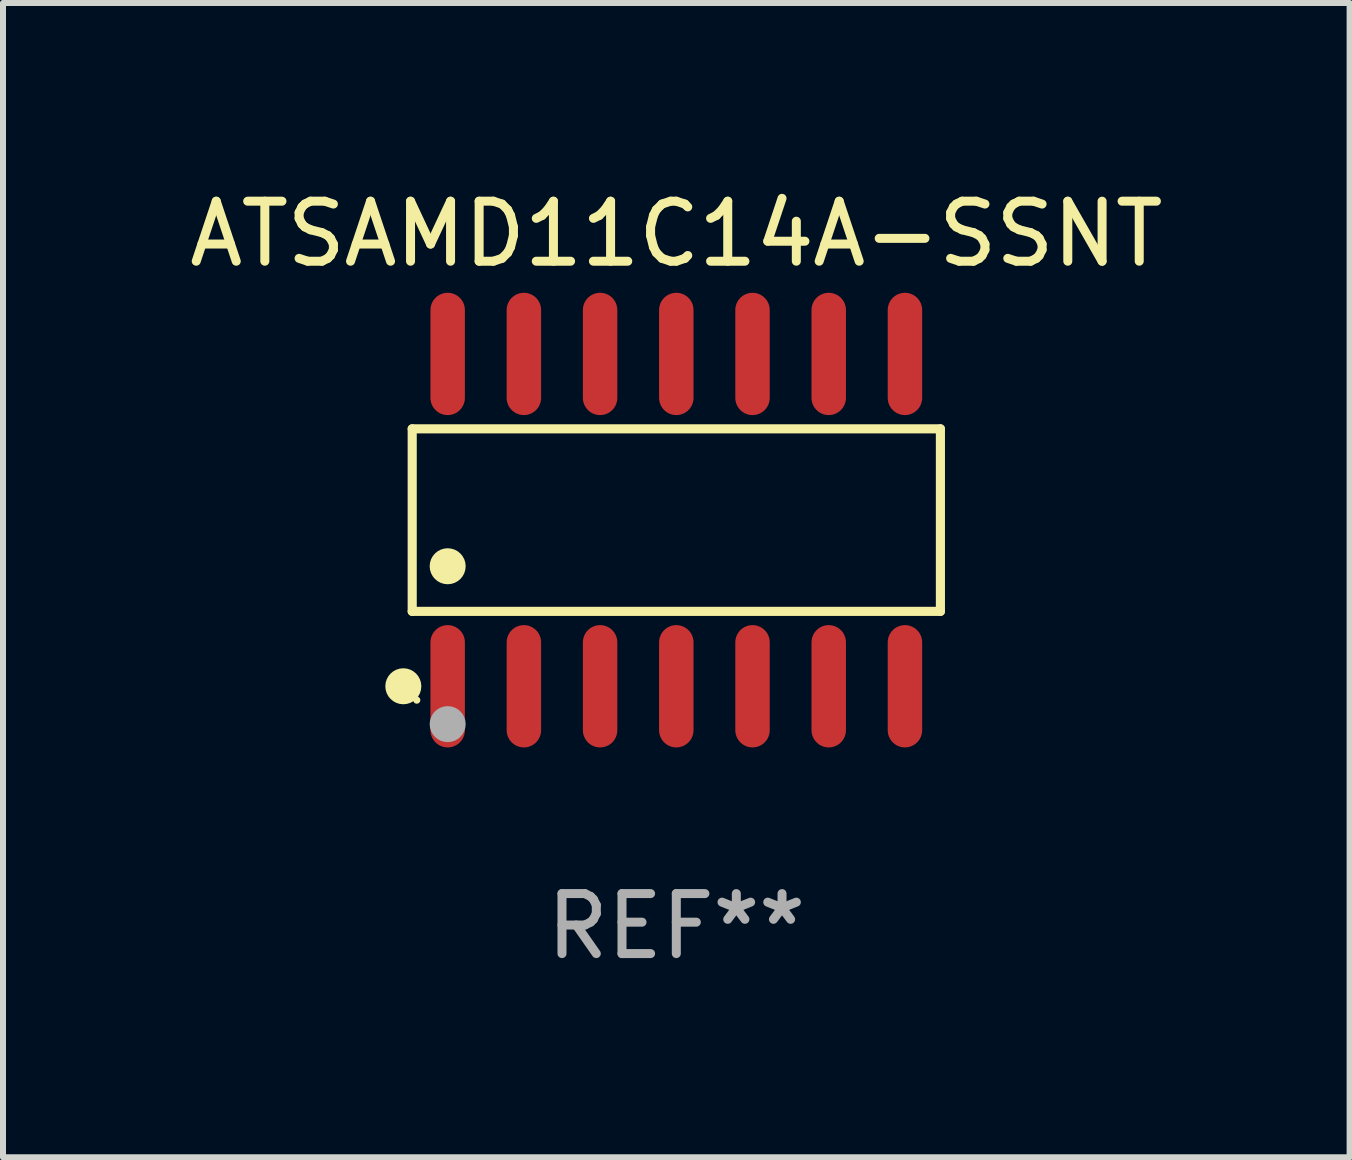
<source format=kicad_pcb>
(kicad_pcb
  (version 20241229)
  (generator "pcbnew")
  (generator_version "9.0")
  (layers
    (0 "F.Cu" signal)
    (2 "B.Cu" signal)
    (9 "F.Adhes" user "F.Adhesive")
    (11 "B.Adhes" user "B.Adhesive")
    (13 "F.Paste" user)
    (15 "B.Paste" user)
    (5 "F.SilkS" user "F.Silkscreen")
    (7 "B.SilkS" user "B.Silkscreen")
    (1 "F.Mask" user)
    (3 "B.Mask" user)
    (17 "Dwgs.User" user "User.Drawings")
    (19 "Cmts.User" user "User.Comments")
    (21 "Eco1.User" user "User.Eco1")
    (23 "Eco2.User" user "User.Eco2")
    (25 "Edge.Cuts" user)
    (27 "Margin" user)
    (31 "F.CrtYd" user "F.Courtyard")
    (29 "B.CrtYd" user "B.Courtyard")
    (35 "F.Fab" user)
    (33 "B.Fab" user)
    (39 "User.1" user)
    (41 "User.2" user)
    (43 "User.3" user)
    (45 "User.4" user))
  (footprint "ATSAMD11C14A-SSNT"
    (layer "F.Cu")
    (at 8.22 5.617)
    (property "Reference" "ATSAMD11C14A-SSNT" (at 0 -4.769 0) (layer "F.SilkS") (effects (font (size 1 1) (thickness 0.15))))
    (attr through_hole)
    (fp_line (start -4.401 -1.521) (end 4.401 -1.521) (stroke (width 0.152) (type solid)) (layer "F.SilkS"))
    (fp_line (start -4.401 1.521) (end -4.401 -1.521) (stroke (width 0.152) (type solid)) (layer "F.SilkS"))
    (fp_line (start 4.401 -1.521) (end 4.401 1.521) (stroke (width 0.152) (type solid)) (layer "F.SilkS"))
    (fp_line (start 4.401 1.521) (end -4.401 1.521) (stroke (width 0.152) (type solid)) (layer "F.SilkS"))
    (fp_circle (center -4.549 2.769) (end -4.399 2.769) (stroke (width 0.3) (type solid)) (fill no) (layer "F.SilkS"))
    (fp_circle (center -4.325 3) (end -4.295 3) (stroke (width 0.06) (type solid)) (fill no) (layer "F.SilkS"))
    (fp_circle (center -3.81 0.769) (end -3.66 0.769) (stroke (width 0.3) (type solid)) (fill no) (layer "F.SilkS"))
    (fp_circle (center -3.81 3.4) (end -3.66 3.4) (stroke (width 0.3) (type solid)) (fill no) (layer "F.Fab"))
    (fp_text user "REF**" (at 0 6.769 0) (layer "F.Fab") (effects (font (size 1 1) (thickness 0.15))))
    (pad "1" smd oval (at -3.81 2.769) (size 0.574 2.038) (layers "F.Cu" "F.Mask" "F.Paste"))
    (pad "2" smd oval (at -2.54 2.769) (size 0.574 2.038) (layers "F.Cu" "F.Mask" "F.Paste"))
    (pad "3" smd oval (at -1.27 2.769) (size 0.574 2.038) (layers "F.Cu" "F.Mask" "F.Paste"))
    (pad "4" smd oval (at 0 2.769) (size 0.574 2.038) (layers "F.Cu" "F.Mask" "F.Paste"))
    (pad "5" smd oval (at 1.27 2.769) (size 0.574 2.038) (layers "F.Cu" "F.Mask" "F.Paste"))
    (pad "6" smd oval (at 2.54 2.769) (size 0.574 2.038) (layers "F.Cu" "F.Mask" "F.Paste"))
    (pad "7" smd oval (at 3.81 2.769) (size 0.574 2.038) (layers "F.Cu" "F.Mask" "F.Paste"))
    (pad "8" smd oval (at 3.81 -2.769) (size 0.574 2.038) (layers "F.Cu" "F.Mask" "F.Paste"))
    (pad "9" smd oval (at 2.54 -2.769) (size 0.574 2.038) (layers "F.Cu" "F.Mask" "F.Paste"))
    (pad "10" smd oval (at 1.27 -2.769) (size 0.574 2.038) (layers "F.Cu" "F.Mask" "F.Paste"))
    (pad "11" smd oval (at 0 -2.769) (size 0.574 2.038) (layers "F.Cu" "F.Mask" "F.Paste"))
    (pad "12" smd oval (at -1.27 -2.769) (size 0.574 2.038) (layers "F.Cu" "F.Mask" "F.Paste"))
    (pad "13" smd oval (at -2.54 -2.769) (size 0.574 2.038) (layers "F.Cu" "F.Mask" "F.Paste"))
    (pad "14" smd oval (at -3.81 -2.769) (size 0.574 2.038) (layers "F.Cu" "F.Mask" "F.Paste")))
  (gr_rect
    (start -3 -3)
    (end 19.44 16.235)
    (stroke (width 0.1) (type default))
    (fill no)
    (layer "Edge.Cuts")))
</source>
